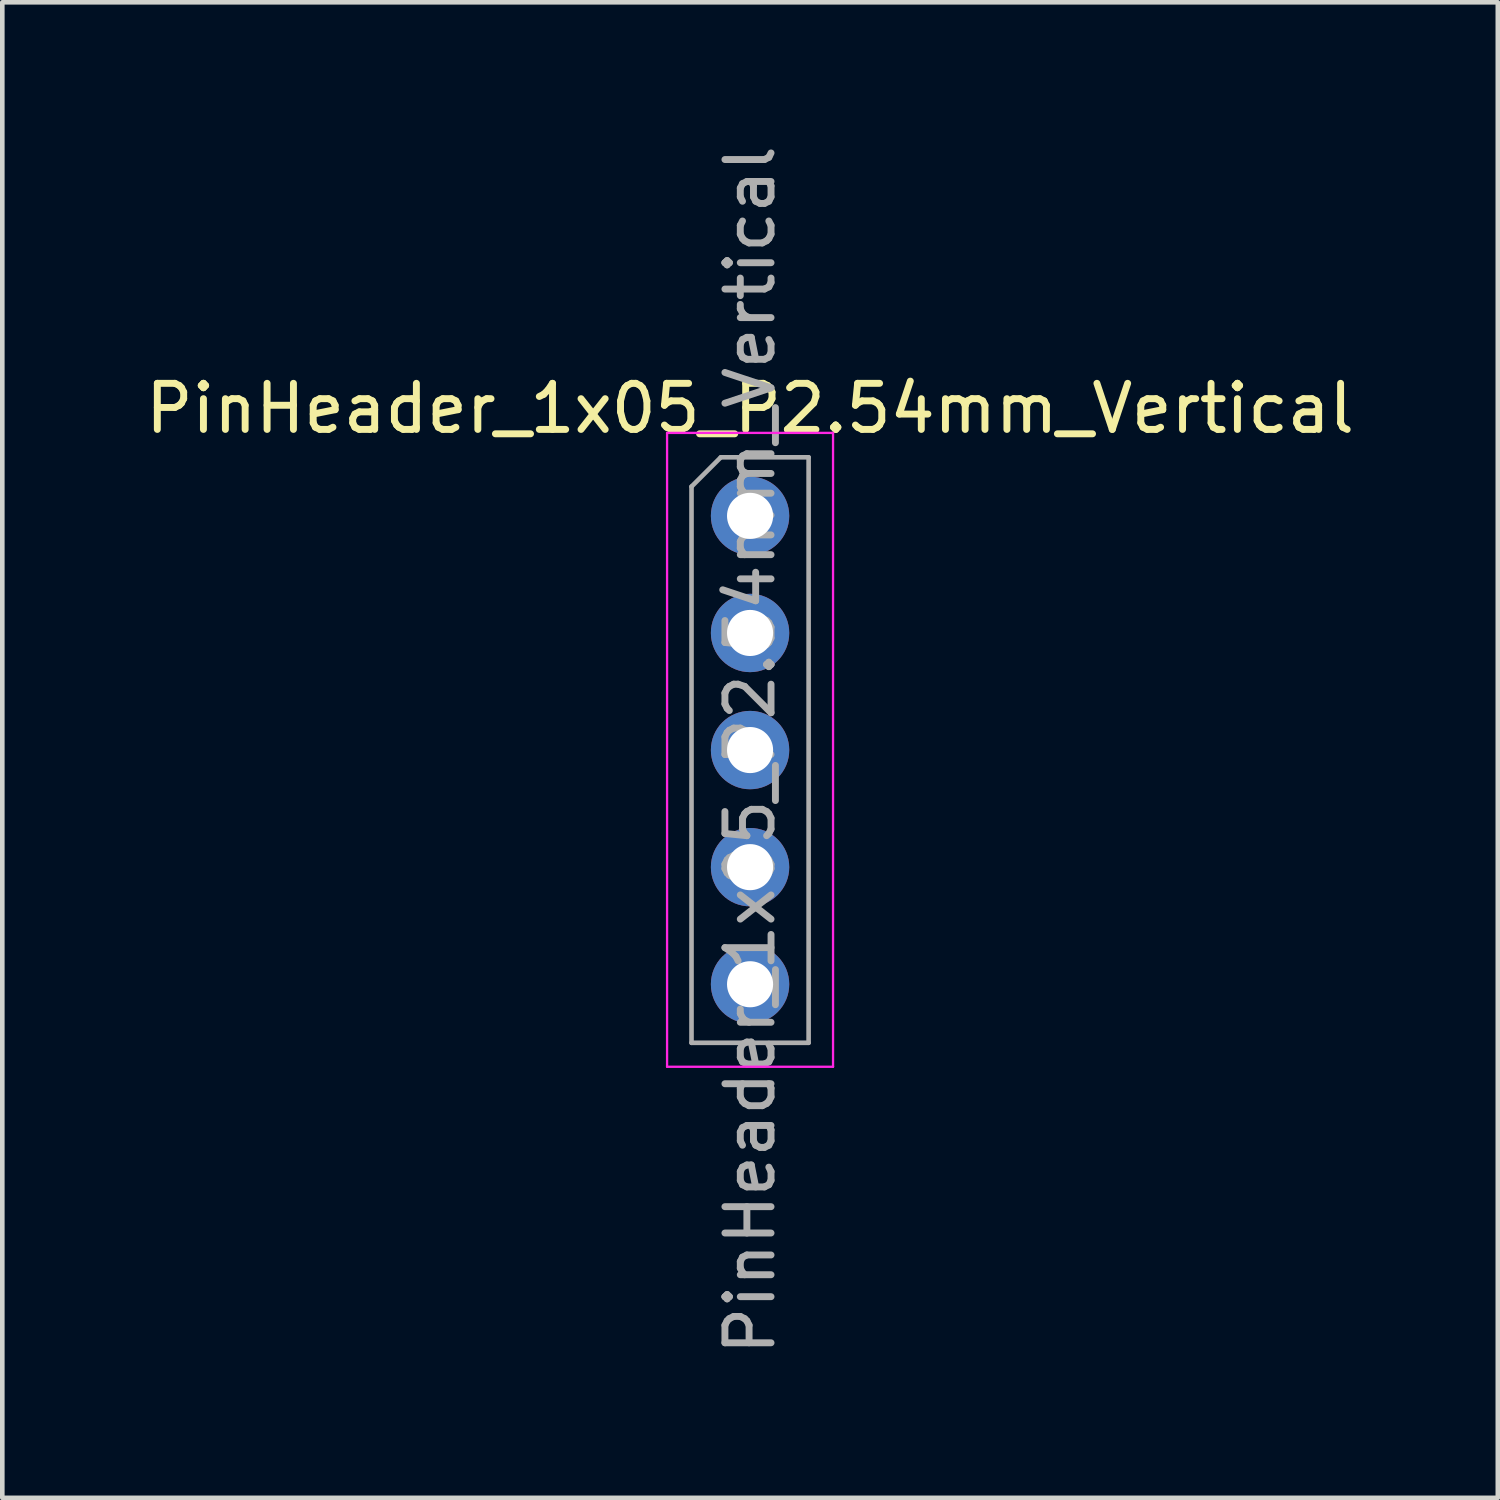
<source format=kicad_pcb>
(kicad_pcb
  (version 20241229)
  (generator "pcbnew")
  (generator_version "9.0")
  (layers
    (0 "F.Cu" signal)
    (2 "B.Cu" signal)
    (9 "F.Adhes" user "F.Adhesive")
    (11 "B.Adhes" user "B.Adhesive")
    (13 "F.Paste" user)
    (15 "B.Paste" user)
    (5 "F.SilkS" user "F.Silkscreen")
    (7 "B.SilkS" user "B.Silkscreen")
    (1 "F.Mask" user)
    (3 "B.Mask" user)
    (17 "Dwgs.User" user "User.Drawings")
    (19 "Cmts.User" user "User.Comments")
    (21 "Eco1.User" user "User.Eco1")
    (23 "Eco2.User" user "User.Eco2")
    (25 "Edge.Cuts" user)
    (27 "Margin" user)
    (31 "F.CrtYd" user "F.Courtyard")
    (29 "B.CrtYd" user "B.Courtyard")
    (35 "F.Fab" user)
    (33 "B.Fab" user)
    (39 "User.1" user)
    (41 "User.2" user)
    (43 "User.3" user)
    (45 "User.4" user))
  (footprint "PinHeader_1x05_P2.54mm_Vertical"
    (layer "F.Cu")
    (at 13.22 8.14)
    (property "Reference" "PinHeader_1x05_P2.54mm_Vertical" (at 0 -2.33 0) (layer "F.SilkS") (effects (font (size 1 1) (thickness 0.15))))
    (attr through_hole)
    (fp_line (start -1.8 -1.8) (end -1.8 11.95) (stroke (width 0.05) (type solid)) (layer "F.CrtYd"))
    (fp_line (start -1.8 11.95) (end 1.8 11.95) (stroke (width 0.05) (type solid)) (layer "F.CrtYd"))
    (fp_line (start 1.8 -1.8) (end -1.8 -1.8) (stroke (width 0.05) (type solid)) (layer "F.CrtYd"))
    (fp_line (start 1.8 11.95) (end 1.8 -1.8) (stroke (width 0.05) (type solid)) (layer "F.CrtYd"))
    (fp_line (start -1.27 -0.635) (end -0.635 -1.27) (stroke (width 0.1) (type solid)) (layer "F.Fab"))
    (fp_line (start -1.27 11.43) (end -1.27 -0.635) (stroke (width 0.1) (type solid)) (layer "F.Fab"))
    (fp_line (start -0.635 -1.27) (end 1.27 -1.27) (stroke (width 0.1) (type solid)) (layer "F.Fab"))
    (fp_line (start 1.27 -1.27) (end 1.27 11.43) (stroke (width 0.1) (type solid)) (layer "F.Fab"))
    (fp_line (start 1.27 11.43) (end -1.27 11.43) (stroke (width 0.1) (type solid)) (layer "F.Fab"))
    (fp_text user "${REFERENCE}" (at 0 5.08 90) (layer "F.Fab") (effects (font (size 1 1) (thickness 0.15))))
    (pad "1" thru_hole oval (at 0 0) (size 1.7 1.7) (drill 1) (layers "*.Cu" "*.Mask"))
    (pad "2" thru_hole oval (at 0 2.54) (size 1.7 1.7) (drill 1) (layers "*.Cu" "*.Mask"))
    (pad "3" thru_hole oval (at 0 5.08) (size 1.7 1.7) (drill 1) (layers "*.Cu" "*.Mask"))
    (pad "4" thru_hole oval (at 0 7.62) (size 1.7 1.7) (drill 1) (layers "*.Cu" "*.Mask"))
    (pad "5" thru_hole oval (at 0 10.16) (size 1.7 1.7) (drill 1) (layers "*.Cu" "*.Mask")))
  (gr_rect
    (start -3 -3)
    (end 29.44 29.44)
    (stroke (width 0.1) (type default))
    (fill no)
    (layer "Edge.Cuts")))
</source>
